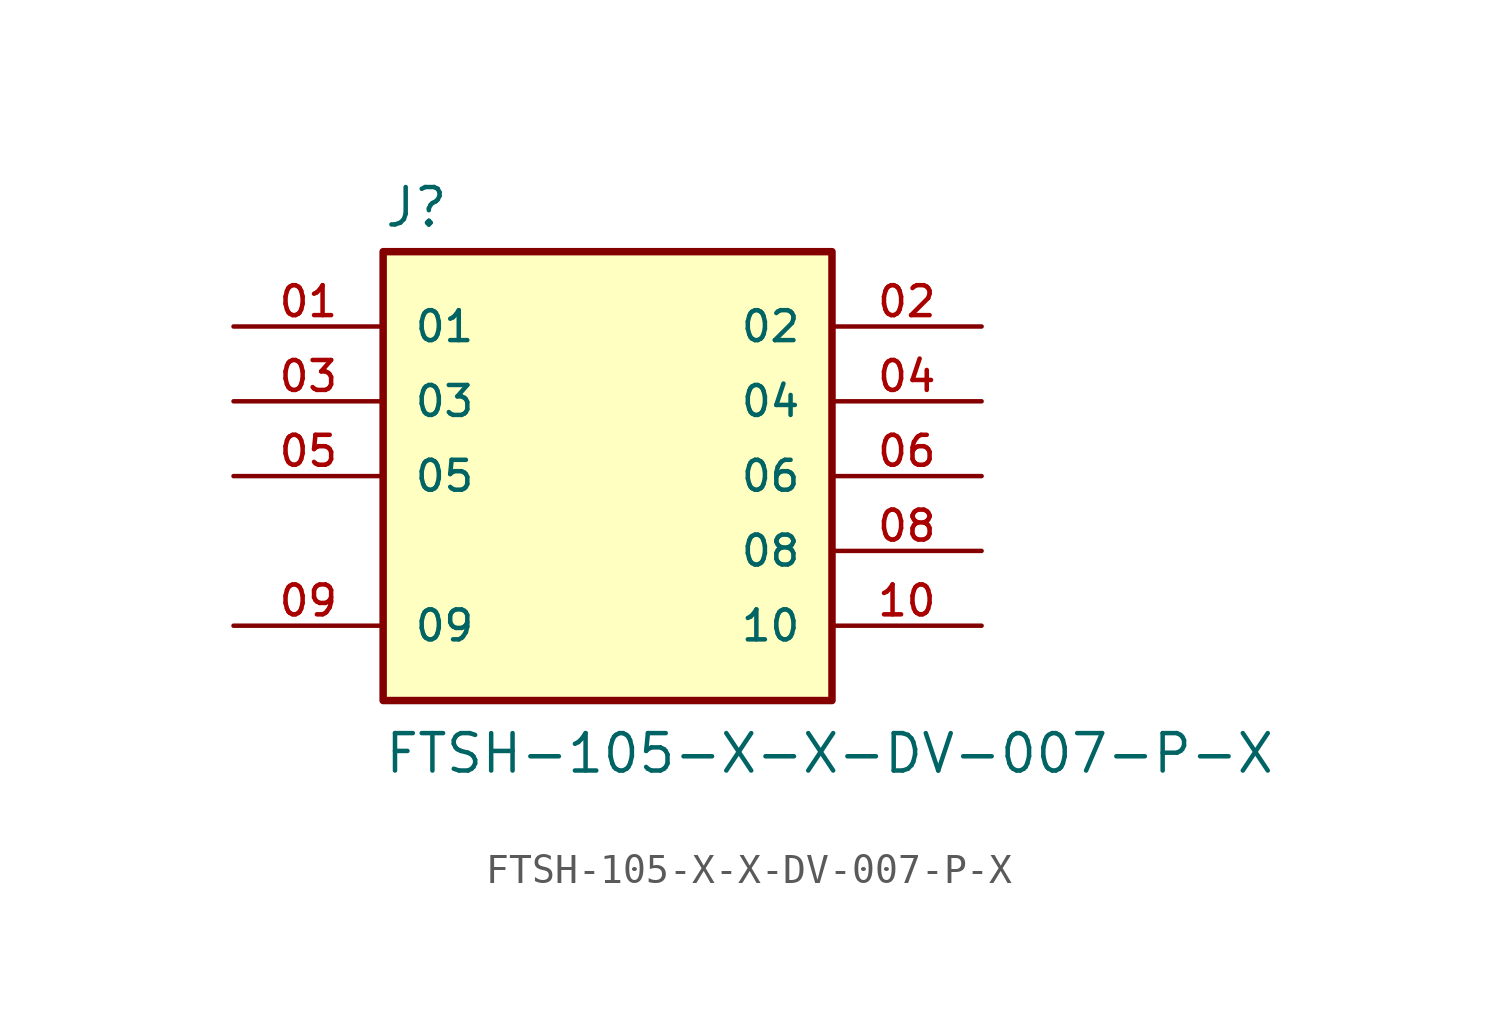
<source format=kicad_sym>
(kicad_symbol_lib
  (version 20241209)
  (generator "kicad_symbol_editor")
  (generator_version "9.0")
  (symbol "FTSH-105-X-X-DV-007-P-X"
    (pin_names
      (offset 1.016))
    (property "Reference" "J"
      (at -7.62 8.382 0)
      (effects (font (size 1.27 1.27)) (justify left bottom)))
    (property "Value" "FTSH-105-X-X-DV-007-P-X"
      (at -7.62 -10.16 0)
      (effects (font (size 1.27 1.27)) (justify left bottom)))
    (symbol "FTSH-105-X-X-DV-007-P-X_0_0"
      (rectangle (start -7.62 -7.62) (end 7.62 7.62) (stroke (width 0.254) (type default)) (fill (type background)))
      (pin passive line (at -12.7 5.08 0) (length 5.08) (name "01" (effects (font (size 1.016 1.016)))) (number "01" (effects (font (size 1.016 1.016)))))
      (pin passive line (at -12.7 2.54 0) (length 5.08) (name "03" (effects (font (size 1.016 1.016)))) (number "03" (effects (font (size 1.016 1.016)))))
      (pin passive line (at -12.7 0 0) (length 5.08) (name "05" (effects (font (size 1.016 1.016)))) (number "05" (effects (font (size 1.016 1.016)))))
      (pin passive line (at -12.7 -5.08 0) (length 5.08) (name "09" (effects (font (size 1.016 1.016)))) (number "09" (effects (font (size 1.016 1.016)))))
      (pin passive line (at 12.7 5.08 180) (length 5.08) (name "02" (effects (font (size 1.016 1.016)))) (number "02" (effects (font (size 1.016 1.016)))))
      (pin passive line (at 12.7 2.54 180) (length 5.08) (name "04" (effects (font (size 1.016 1.016)))) (number "04" (effects (font (size 1.016 1.016)))))
      (pin passive line (at 12.7 0 180) (length 5.08) (name "06" (effects (font (size 1.016 1.016)))) (number "06" (effects (font (size 1.016 1.016)))))
      (pin passive line (at 12.7 -2.54 180) (length 5.08) (name "08" (effects (font (size 1.016 1.016)))) (number "08" (effects (font (size 1.016 1.016)))))
      (pin passive line (at 12.7 -5.08 180) (length 5.08) (name "10" (effects (font (size 1.016 1.016)))) (number "10" (effects (font (size 1.016 1.016))))))))
</source>
